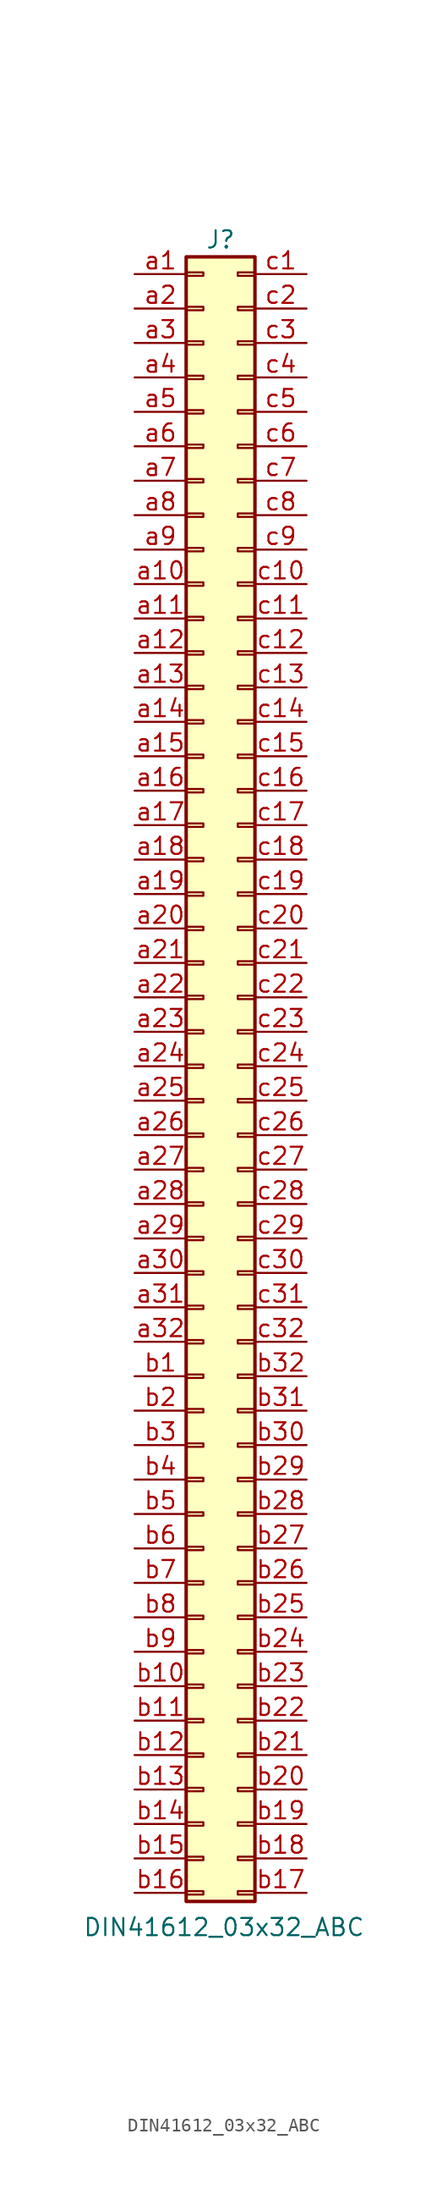
<source format=kicad_sym>
(kicad_symbol_lib
  (version 20231120)
  (generator "kicad_symbol_editor")
  (generator_version "8.0")
  (symbol "DIN41612_03x32_ABC"
    (pin_names
      (offset 1.016) hide)
    (property "Reference" "J"
      (at 1.27 40.64 0)
      (effects (font (size 1.27 1.27))))
    (property "Value" "DIN41612_03x32_ABC"
      (at 1.524 -83.82 0)
      (effects (font (size 1.27 1.27))))
    (symbol "DIN41612_03x32_ABC_1_1"
      (rectangle (start -1.27 -81.153) (end 0 -81.407) (stroke (width 0.152) (type default)) (fill (type none)))
      (rectangle (start -1.27 -78.613) (end 0 -78.867) (stroke (width 0.152) (type default)) (fill (type none)))
      (rectangle (start -1.27 -76.073) (end 0 -76.327) (stroke (width 0.152) (type default)) (fill (type none)))
      (rectangle (start -1.27 -73.533) (end 0 -73.787) (stroke (width 0.152) (type default)) (fill (type none)))
      (rectangle (start -1.27 -70.993) (end 0 -71.247) (stroke (width 0.152) (type default)) (fill (type none)))
      (rectangle (start -1.27 -68.453) (end 0 -68.707) (stroke (width 0.152) (type default)) (fill (type none)))
      (rectangle (start -1.27 -65.913) (end 0 -66.167) (stroke (width 0.152) (type default)) (fill (type none)))
      (rectangle (start -1.27 -63.373) (end 0 -63.627) (stroke (width 0.152) (type default)) (fill (type none)))
      (rectangle (start -1.27 -60.833) (end 0 -61.087) (stroke (width 0.152) (type default)) (fill (type none)))
      (rectangle (start -1.27 -58.293) (end 0 -58.547) (stroke (width 0.152) (type default)) (fill (type none)))
      (rectangle (start -1.27 -55.753) (end 0 -56.007) (stroke (width 0.152) (type default)) (fill (type none)))
      (rectangle (start -1.27 -53.213) (end 0 -53.467) (stroke (width 0.152) (type default)) (fill (type none)))
      (rectangle (start -1.27 -50.673) (end 0 -50.927) (stroke (width 0.152) (type default)) (fill (type none)))
      (rectangle (start -1.27 -48.133) (end 0 -48.387) (stroke (width 0.152) (type default)) (fill (type none)))
      (rectangle (start -1.27 -45.593) (end 0 -45.847) (stroke (width 0.152) (type default)) (fill (type none)))
      (rectangle (start -1.27 -43.053) (end 0 -43.307) (stroke (width 0.152) (type default)) (fill (type none)))
      (rectangle (start -1.27 -40.513) (end 0 -40.767) (stroke (width 0.152) (type default)) (fill (type none)))
      (rectangle (start -1.27 -37.973) (end 0 -38.227) (stroke (width 0.152) (type default)) (fill (type none)))
      (rectangle (start -1.27 -35.433) (end 0 -35.687) (stroke (width 0.152) (type default)) (fill (type none)))
      (rectangle (start -1.27 -32.893) (end 0 -33.147) (stroke (width 0.152) (type default)) (fill (type none)))
      (rectangle (start -1.27 -30.353) (end 0 -30.607) (stroke (width 0.152) (type default)) (fill (type none)))
      (rectangle (start -1.27 -27.813) (end 0 -28.067) (stroke (width 0.152) (type default)) (fill (type none)))
      (rectangle (start -1.27 -25.273) (end 0 -25.527) (stroke (width 0.152) (type default)) (fill (type none)))
      (rectangle (start -1.27 -22.733) (end 0 -22.987) (stroke (width 0.152) (type default)) (fill (type none)))
      (rectangle (start -1.27 -20.193) (end 0 -20.447) (stroke (width 0.152) (type default)) (fill (type none)))
      (rectangle (start -1.27 -17.653) (end 0 -17.907) (stroke (width 0.152) (type default)) (fill (type none)))
      (rectangle (start -1.27 -15.113) (end 0 -15.367) (stroke (width 0.152) (type default)) (fill (type none)))
      (rectangle (start -1.27 -12.573) (end 0 -12.827) (stroke (width 0.152) (type default)) (fill (type none)))
      (rectangle (start -1.27 -10.033) (end 0 -10.287) (stroke (width 0.152) (type default)) (fill (type none)))
      (rectangle (start -1.27 -7.493) (end 0 -7.747) (stroke (width 0.152) (type default)) (fill (type none)))
      (rectangle (start -1.27 -4.953) (end 0 -5.207) (stroke (width 0.152) (type default)) (fill (type none)))
      (rectangle (start -1.27 -2.413) (end 0 -2.667) (stroke (width 0.152) (type default)) (fill (type none)))
      (rectangle (start -1.27 0.127) (end 0 -0.127) (stroke (width 0.152) (type default)) (fill (type none)))
      (rectangle (start -1.27 2.667) (end 0 2.413) (stroke (width 0.152) (type default)) (fill (type none)))
      (rectangle (start -1.27 5.207) (end 0 4.953) (stroke (width 0.152) (type default)) (fill (type none)))
      (rectangle (start -1.27 7.747) (end 0 7.493) (stroke (width 0.152) (type default)) (fill (type none)))
      (rectangle (start -1.27 10.287) (end 0 10.033) (stroke (width 0.152) (type default)) (fill (type none)))
      (rectangle (start -1.27 12.827) (end 0 12.573) (stroke (width 0.152) (type default)) (fill (type none)))
      (rectangle (start -1.27 15.367) (end 0 15.113) (stroke (width 0.152) (type default)) (fill (type none)))
      (rectangle (start -1.27 17.907) (end 0 17.653) (stroke (width 0.152) (type default)) (fill (type none)))
      (rectangle (start -1.27 20.447) (end 0 20.193) (stroke (width 0.152) (type default)) (fill (type none)))
      (rectangle (start -1.27 22.987) (end 0 22.733) (stroke (width 0.152) (type default)) (fill (type none)))
      (rectangle (start -1.27 25.527) (end 0 25.273) (stroke (width 0.152) (type default)) (fill (type none)))
      (rectangle (start -1.27 28.067) (end 0 27.813) (stroke (width 0.152) (type default)) (fill (type none)))
      (rectangle (start -1.27 30.607) (end 0 30.353) (stroke (width 0.152) (type default)) (fill (type none)))
      (rectangle (start -1.27 33.147) (end 0 32.893) (stroke (width 0.152) (type default)) (fill (type none)))
      (rectangle (start -1.27 35.687) (end 0 35.433) (stroke (width 0.152) (type default)) (fill (type none)))
      (rectangle (start -1.27 38.227) (end 0 37.973) (stroke (width 0.152) (type default)) (fill (type none)))
      (rectangle (start -1.27 39.37) (end 3.81 -81.915) (stroke (width 0.254) (type default)) (fill (type background)))
      (rectangle (start 3.81 -81.153) (end 2.54 -81.407) (stroke (width 0.152) (type default)) (fill (type none)))
      (rectangle (start 3.81 -78.613) (end 2.54 -78.867) (stroke (width 0.152) (type default)) (fill (type none)))
      (rectangle (start 3.81 -76.073) (end 2.54 -76.327) (stroke (width 0.152) (type default)) (fill (type none)))
      (rectangle (start 3.81 -73.533) (end 2.54 -73.787) (stroke (width 0.152) (type default)) (fill (type none)))
      (rectangle (start 3.81 -70.993) (end 2.54 -71.247) (stroke (width 0.152) (type default)) (fill (type none)))
      (rectangle (start 3.81 -68.453) (end 2.54 -68.707) (stroke (width 0.152) (type default)) (fill (type none)))
      (rectangle (start 3.81 -65.913) (end 2.54 -66.167) (stroke (width 0.152) (type default)) (fill (type none)))
      (rectangle (start 3.81 -63.373) (end 2.54 -63.627) (stroke (width 0.152) (type default)) (fill (type none)))
      (rectangle (start 3.81 -60.833) (end 2.54 -61.087) (stroke (width 0.152) (type default)) (fill (type none)))
      (rectangle (start 3.81 -58.293) (end 2.54 -58.547) (stroke (width 0.152) (type default)) (fill (type none)))
      (rectangle (start 3.81 -55.753) (end 2.54 -56.007) (stroke (width 0.152) (type default)) (fill (type none)))
      (rectangle (start 3.81 -53.213) (end 2.54 -53.467) (stroke (width 0.152) (type default)) (fill (type none)))
      (rectangle (start 3.81 -50.673) (end 2.54 -50.927) (stroke (width 0.152) (type default)) (fill (type none)))
      (rectangle (start 3.81 -48.133) (end 2.54 -48.387) (stroke (width 0.152) (type default)) (fill (type none)))
      (rectangle (start 3.81 -45.593) (end 2.54 -45.847) (stroke (width 0.152) (type default)) (fill (type none)))
      (rectangle (start 3.81 -43.053) (end 2.54 -43.307) (stroke (width 0.152) (type default)) (fill (type none)))
      (rectangle (start 3.81 -40.513) (end 2.54 -40.767) (stroke (width 0.152) (type default)) (fill (type none)))
      (rectangle (start 3.81 -37.973) (end 2.54 -38.227) (stroke (width 0.152) (type default)) (fill (type none)))
      (rectangle (start 3.81 -35.433) (end 2.54 -35.687) (stroke (width 0.152) (type default)) (fill (type none)))
      (rectangle (start 3.81 -32.893) (end 2.54 -33.147) (stroke (width 0.152) (type default)) (fill (type none)))
      (rectangle (start 3.81 -30.353) (end 2.54 -30.607) (stroke (width 0.152) (type default)) (fill (type none)))
      (rectangle (start 3.81 -27.813) (end 2.54 -28.067) (stroke (width 0.152) (type default)) (fill (type none)))
      (rectangle (start 3.81 -25.273) (end 2.54 -25.527) (stroke (width 0.152) (type default)) (fill (type none)))
      (rectangle (start 3.81 -22.733) (end 2.54 -22.987) (stroke (width 0.152) (type default)) (fill (type none)))
      (rectangle (start 3.81 -20.193) (end 2.54 -20.447) (stroke (width 0.152) (type default)) (fill (type none)))
      (rectangle (start 3.81 -17.653) (end 2.54 -17.907) (stroke (width 0.152) (type default)) (fill (type none)))
      (rectangle (start 3.81 -15.113) (end 2.54 -15.367) (stroke (width 0.152) (type default)) (fill (type none)))
      (rectangle (start 3.81 -12.573) (end 2.54 -12.827) (stroke (width 0.152) (type default)) (fill (type none)))
      (rectangle (start 3.81 -10.033) (end 2.54 -10.287) (stroke (width 0.152) (type default)) (fill (type none)))
      (rectangle (start 3.81 -7.493) (end 2.54 -7.747) (stroke (width 0.152) (type default)) (fill (type none)))
      (rectangle (start 3.81 -4.953) (end 2.54 -5.207) (stroke (width 0.152) (type default)) (fill (type none)))
      (rectangle (start 3.81 -2.413) (end 2.54 -2.667) (stroke (width 0.152) (type default)) (fill (type none)))
      (rectangle (start 3.81 0.127) (end 2.54 -0.127) (stroke (width 0.152) (type default)) (fill (type none)))
      (rectangle (start 3.81 2.667) (end 2.54 2.413) (stroke (width 0.152) (type default)) (fill (type none)))
      (rectangle (start 3.81 5.207) (end 2.54 4.953) (stroke (width 0.152) (type default)) (fill (type none)))
      (rectangle (start 3.81 7.747) (end 2.54 7.493) (stroke (width 0.152) (type default)) (fill (type none)))
      (rectangle (start 3.81 10.287) (end 2.54 10.033) (stroke (width 0.152) (type default)) (fill (type none)))
      (rectangle (start 3.81 12.827) (end 2.54 12.573) (stroke (width 0.152) (type default)) (fill (type none)))
      (rectangle (start 3.81 15.367) (end 2.54 15.113) (stroke (width 0.152) (type default)) (fill (type none)))
      (rectangle (start 3.81 17.907) (end 2.54 17.653) (stroke (width 0.152) (type default)) (fill (type none)))
      (rectangle (start 3.81 20.447) (end 2.54 20.193) (stroke (width 0.152) (type default)) (fill (type none)))
      (rectangle (start 3.81 22.987) (end 2.54 22.733) (stroke (width 0.152) (type default)) (fill (type none)))
      (rectangle (start 3.81 25.527) (end 2.54 25.273) (stroke (width 0.152) (type default)) (fill (type none)))
      (rectangle (start 3.81 28.067) (end 2.54 27.813) (stroke (width 0.152) (type default)) (fill (type none)))
      (rectangle (start 3.81 30.607) (end 2.54 30.353) (stroke (width 0.152) (type default)) (fill (type none)))
      (rectangle (start 3.81 33.147) (end 2.54 32.893) (stroke (width 0.152) (type default)) (fill (type none)))
      (rectangle (start 3.81 35.687) (end 2.54 35.433) (stroke (width 0.152) (type default)) (fill (type none)))
      (rectangle (start 3.81 38.227) (end 2.54 37.973) (stroke (width 0.152) (type default)) (fill (type none)))
      (pin passive line (at -5.08 38.1 0) (length 3.81) (name "Pin_a1" (effects (font (size 1.27 1.27)))) (number "a1" (effects (font (size 1.27 1.27)))))
      (pin passive line (at -5.08 15.24 0) (length 3.81) (name "Pin_a10" (effects (font (size 1.27 1.27)))) (number "a10" (effects (font (size 1.27 1.27)))))
      (pin passive line (at -5.08 12.7 0) (length 3.81) (name "Pin_a11" (effects (font (size 1.27 1.27)))) (number "a11" (effects (font (size 1.27 1.27)))))
      (pin passive line (at -5.08 10.16 0) (length 3.81) (name "Pin_a12" (effects (font (size 1.27 1.27)))) (number "a12" (effects (font (size 1.27 1.27)))))
      (pin passive line (at -5.08 7.62 0) (length 3.81) (name "Pin_a13" (effects (font (size 1.27 1.27)))) (number "a13" (effects (font (size 1.27 1.27)))))
      (pin passive line (at -5.08 5.08 0) (length 3.81) (name "Pin_a14" (effects (font (size 1.27 1.27)))) (number "a14" (effects (font (size 1.27 1.27)))))
      (pin passive line (at -5.08 2.54 0) (length 3.81) (name "Pin_a15" (effects (font (size 1.27 1.27)))) (number "a15" (effects (font (size 1.27 1.27)))))
      (pin passive line (at -5.08 0 0) (length 3.81) (name "Pin_a16" (effects (font (size 1.27 1.27)))) (number "a16" (effects (font (size 1.27 1.27)))))
      (pin passive line (at -5.08 -2.54 0) (length 3.81) (name "Pin_a17" (effects (font (size 1.27 1.27)))) (number "a17" (effects (font (size 1.27 1.27)))))
      (pin passive line (at -5.08 -5.08 0) (length 3.81) (name "Pin_a18" (effects (font (size 1.27 1.27)))) (number "a18" (effects (font (size 1.27 1.27)))))
      (pin passive line (at -5.08 -7.62 0) (length 3.81) (name "Pin_a19" (effects (font (size 1.27 1.27)))) (number "a19" (effects (font (size 1.27 1.27)))))
      (pin passive line (at -5.08 35.56 0) (length 3.81) (name "Pin_a2" (effects (font (size 1.27 1.27)))) (number "a2" (effects (font (size 1.27 1.27)))))
      (pin passive line (at -5.08 -10.16 0) (length 3.81) (name "Pin_a20" (effects (font (size 1.27 1.27)))) (number "a20" (effects (font (size 1.27 1.27)))))
      (pin passive line (at -5.08 -12.7 0) (length 3.81) (name "Pin_a21" (effects (font (size 1.27 1.27)))) (number "a21" (effects (font (size 1.27 1.27)))))
      (pin passive line (at -5.08 -15.24 0) (length 3.81) (name "Pin_a22" (effects (font (size 1.27 1.27)))) (number "a22" (effects (font (size 1.27 1.27)))))
      (pin passive line (at -5.08 -17.78 0) (length 3.81) (name "Pin_a23" (effects (font (size 1.27 1.27)))) (number "a23" (effects (font (size 1.27 1.27)))))
      (pin passive line (at -5.08 -20.32 0) (length 3.81) (name "Pin_a24" (effects (font (size 1.27 1.27)))) (number "a24" (effects (font (size 1.27 1.27)))))
      (pin passive line (at -5.08 -22.86 0) (length 3.81) (name "Pin_a25" (effects (font (size 1.27 1.27)))) (number "a25" (effects (font (size 1.27 1.27)))))
      (pin passive line (at -5.08 -25.4 0) (length 3.81) (name "Pin_a26" (effects (font (size 1.27 1.27)))) (number "a26" (effects (font (size 1.27 1.27)))))
      (pin passive line (at -5.08 -27.94 0) (length 3.81) (name "Pin_a27" (effects (font (size 1.27 1.27)))) (number "a27" (effects (font (size 1.27 1.27)))))
      (pin passive line (at -5.08 -30.48 0) (length 3.81) (name "Pin_a28" (effects (font (size 1.27 1.27)))) (number "a28" (effects (font (size 1.27 1.27)))))
      (pin passive line (at -5.08 -33.02 0) (length 3.81) (name "Pin_a29" (effects (font (size 1.27 1.27)))) (number "a29" (effects (font (size 1.27 1.27)))))
      (pin passive line (at -5.08 33.02 0) (length 3.81) (name "Pin_a3" (effects (font (size 1.27 1.27)))) (number "a3" (effects (font (size 1.27 1.27)))))
      (pin passive line (at -5.08 -35.56 0) (length 3.81) (name "Pin_a30" (effects (font (size 1.27 1.27)))) (number "a30" (effects (font (size 1.27 1.27)))))
      (pin passive line (at -5.08 -38.1 0) (length 3.81) (name "Pin_a31" (effects (font (size 1.27 1.27)))) (number "a31" (effects (font (size 1.27 1.27)))))
      (pin passive line (at -5.08 -40.64 0) (length 3.81) (name "Pin_a32" (effects (font (size 1.27 1.27)))) (number "a32" (effects (font (size 1.27 1.27)))))
      (pin passive line (at -5.08 30.48 0) (length 3.81) (name "Pin_a4" (effects (font (size 1.27 1.27)))) (number "a4" (effects (font (size 1.27 1.27)))))
      (pin passive line (at -5.08 27.94 0) (length 3.81) (name "Pin_a5" (effects (font (size 1.27 1.27)))) (number "a5" (effects (font (size 1.27 1.27)))))
      (pin passive line (at -5.08 25.4 0) (length 3.81) (name "Pin_a6" (effects (font (size 1.27 1.27)))) (number "a6" (effects (font (size 1.27 1.27)))))
      (pin passive line (at -5.08 22.86 0) (length 3.81) (name "Pin_a7" (effects (font (size 1.27 1.27)))) (number "a7" (effects (font (size 1.27 1.27)))))
      (pin passive line (at -5.08 20.32 0) (length 3.81) (name "Pin_a8" (effects (font (size 1.27 1.27)))) (number "a8" (effects (font (size 1.27 1.27)))))
      (pin passive line (at -5.08 17.78 0) (length 3.81) (name "Pin_a9" (effects (font (size 1.27 1.27)))) (number "a9" (effects (font (size 1.27 1.27)))))
      (pin passive line (at -5.08 -43.18 0) (length 3.81) (name "Pin_b1" (effects (font (size 1.27 1.27)))) (number "b1" (effects (font (size 1.27 1.27)))))
      (pin passive line (at -5.08 -66.04 0) (length 3.81) (name "Pin_b10" (effects (font (size 1.27 1.27)))) (number "b10" (effects (font (size 1.27 1.27)))))
      (pin passive line (at -5.08 -68.58 0) (length 3.81) (name "Pin_b11" (effects (font (size 1.27 1.27)))) (number "b11" (effects (font (size 1.27 1.27)))))
      (pin passive line (at -5.08 -71.12 0) (length 3.81) (name "Pin_b12" (effects (font (size 1.27 1.27)))) (number "b12" (effects (font (size 1.27 1.27)))))
      (pin passive line (at -5.08 -73.66 0) (length 3.81) (name "Pin_b13" (effects (font (size 1.27 1.27)))) (number "b13" (effects (font (size 1.27 1.27)))))
      (pin passive line (at -5.08 -76.2 0) (length 3.81) (name "Pin_b14" (effects (font (size 1.27 1.27)))) (number "b14" (effects (font (size 1.27 1.27)))))
      (pin passive line (at -5.08 -78.74 0) (length 3.81) (name "Pin_b15" (effects (font (size 1.27 1.27)))) (number "b15" (effects (font (size 1.27 1.27)))))
      (pin passive line (at -5.08 -81.28 0) (length 3.81) (name "Pin_b16" (effects (font (size 1.27 1.27)))) (number "b16" (effects (font (size 1.27 1.27)))))
      (pin passive line (at 7.62 -81.28 180) (length 3.81) (name "Pin_b17" (effects (font (size 1.27 1.27)))) (number "b17" (effects (font (size 1.27 1.27)))))
      (pin passive line (at 7.62 -78.74 180) (length 3.81) (name "Pin_b18" (effects (font (size 1.27 1.27)))) (number "b18" (effects (font (size 1.27 1.27)))))
      (pin passive line (at 7.62 -76.2 180) (length 3.81) (name "Pin_b19" (effects (font (size 1.27 1.27)))) (number "b19" (effects (font (size 1.27 1.27)))))
      (pin passive line (at -5.08 -45.72 0) (length 3.81) (name "Pin_b2" (effects (font (size 1.27 1.27)))) (number "b2" (effects (font (size 1.27 1.27)))))
      (pin passive line (at 7.62 -73.66 180) (length 3.81) (name "Pin_b20" (effects (font (size 1.27 1.27)))) (number "b20" (effects (font (size 1.27 1.27)))))
      (pin passive line (at 7.62 -71.12 180) (length 3.81) (name "Pin_b21" (effects (font (size 1.27 1.27)))) (number "b21" (effects (font (size 1.27 1.27)))))
      (pin passive line (at 7.62 -68.58 180) (length 3.81) (name "Pin_b22" (effects (font (size 1.27 1.27)))) (number "b22" (effects (font (size 1.27 1.27)))))
      (pin passive line (at 7.62 -66.04 180) (length 3.81) (name "Pin_b23" (effects (font (size 1.27 1.27)))) (number "b23" (effects (font (size 1.27 1.27)))))
      (pin passive line (at 7.62 -63.5 180) (length 3.81) (name "Pin_b24" (effects (font (size 1.27 1.27)))) (number "b24" (effects (font (size 1.27 1.27)))))
      (pin passive line (at 7.62 -60.96 180) (length 3.81) (name "Pin_b25" (effects (font (size 1.27 1.27)))) (number "b25" (effects (font (size 1.27 1.27)))))
      (pin passive line (at 7.62 -58.42 180) (length 3.81) (name "Pin_b26" (effects (font (size 1.27 1.27)))) (number "b26" (effects (font (size 1.27 1.27)))))
      (pin passive line (at 7.62 -55.88 180) (length 3.81) (name "Pin_b27" (effects (font (size 1.27 1.27)))) (number "b27" (effects (font (size 1.27 1.27)))))
      (pin passive line (at 7.62 -53.34 180) (length 3.81) (name "Pin_b28" (effects (font (size 1.27 1.27)))) (number "b28" (effects (font (size 1.27 1.27)))))
      (pin passive line (at 7.62 -50.8 180) (length 3.81) (name "Pin_b29" (effects (font (size 1.27 1.27)))) (number "b29" (effects (font (size 1.27 1.27)))))
      (pin passive line (at -5.08 -48.26 0) (length 3.81) (name "Pin_b3" (effects (font (size 1.27 1.27)))) (number "b3" (effects (font (size 1.27 1.27)))))
      (pin passive line (at 7.62 -48.26 180) (length 3.81) (name "Pin_b30" (effects (font (size 1.27 1.27)))) (number "b30" (effects (font (size 1.27 1.27)))))
      (pin passive line (at 7.62 -45.72 180) (length 3.81) (name "Pin_b31" (effects (font (size 1.27 1.27)))) (number "b31" (effects (font (size 1.27 1.27)))))
      (pin passive line (at 7.62 -43.18 180) (length 3.81) (name "Pin_b32" (effects (font (size 1.27 1.27)))) (number "b32" (effects (font (size 1.27 1.27)))))
      (pin passive line (at -5.08 -50.8 0) (length 3.81) (name "Pin_b4" (effects (font (size 1.27 1.27)))) (number "b4" (effects (font (size 1.27 1.27)))))
      (pin passive line (at -5.08 -53.34 0) (length 3.81) (name "Pin_b5" (effects (font (size 1.27 1.27)))) (number "b5" (effects (font (size 1.27 1.27)))))
      (pin passive line (at -5.08 -55.88 0) (length 3.81) (name "Pin_b6" (effects (font (size 1.27 1.27)))) (number "b6" (effects (font (size 1.27 1.27)))))
      (pin passive line (at -5.08 -58.42 0) (length 3.81) (name "Pin_b7" (effects (font (size 1.27 1.27)))) (number "b7" (effects (font (size 1.27 1.27)))))
      (pin passive line (at -5.08 -60.96 0) (length 3.81) (name "Pin_b8" (effects (font (size 1.27 1.27)))) (number "b8" (effects (font (size 1.27 1.27)))))
      (pin passive line (at -5.08 -63.5 0) (length 3.81) (name "Pin_b9" (effects (font (size 1.27 1.27)))) (number "b9" (effects (font (size 1.27 1.27)))))
      (pin passive line (at 7.62 38.1 180) (length 3.81) (name "Pin_c1" (effects (font (size 1.27 1.27)))) (number "c1" (effects (font (size 1.27 1.27)))))
      (pin passive line (at 7.62 15.24 180) (length 3.81) (name "Pin_c10" (effects (font (size 1.27 1.27)))) (number "c10" (effects (font (size 1.27 1.27)))))
      (pin passive line (at 7.62 12.7 180) (length 3.81) (name "Pin_c11" (effects (font (size 1.27 1.27)))) (number "c11" (effects (font (size 1.27 1.27)))))
      (pin passive line (at 7.62 10.16 180) (length 3.81) (name "Pin_c12" (effects (font (size 1.27 1.27)))) (number "c12" (effects (font (size 1.27 1.27)))))
      (pin passive line (at 7.62 7.62 180) (length 3.81) (name "Pin_c13" (effects (font (size 1.27 1.27)))) (number "c13" (effects (font (size 1.27 1.27)))))
      (pin passive line (at 7.62 5.08 180) (length 3.81) (name "Pin_c14" (effects (font (size 1.27 1.27)))) (number "c14" (effects (font (size 1.27 1.27)))))
      (pin passive line (at 7.62 2.54 180) (length 3.81) (name "Pin_c15" (effects (font (size 1.27 1.27)))) (number "c15" (effects (font (size 1.27 1.27)))))
      (pin passive line (at 7.62 0 180) (length 3.81) (name "Pin_c16" (effects (font (size 1.27 1.27)))) (number "c16" (effects (font (size 1.27 1.27)))))
      (pin passive line (at 7.62 -2.54 180) (length 3.81) (name "Pin_c17" (effects (font (size 1.27 1.27)))) (number "c17" (effects (font (size 1.27 1.27)))))
      (pin passive line (at 7.62 -5.08 180) (length 3.81) (name "Pin_c18" (effects (font (size 1.27 1.27)))) (number "c18" (effects (font (size 1.27 1.27)))))
      (pin passive line (at 7.62 -7.62 180) (length 3.81) (name "Pin_c19" (effects (font (size 1.27 1.27)))) (number "c19" (effects (font (size 1.27 1.27)))))
      (pin passive line (at 7.62 35.56 180) (length 3.81) (name "Pin_c2" (effects (font (size 1.27 1.27)))) (number "c2" (effects (font (size 1.27 1.27)))))
      (pin passive line (at 7.62 -10.16 180) (length 3.81) (name "Pin_c20" (effects (font (size 1.27 1.27)))) (number "c20" (effects (font (size 1.27 1.27)))))
      (pin passive line (at 7.62 -12.7 180) (length 3.81) (name "Pin_c21" (effects (font (size 1.27 1.27)))) (number "c21" (effects (font (size 1.27 1.27)))))
      (pin passive line (at 7.62 -15.24 180) (length 3.81) (name "Pin_c22" (effects (font (size 1.27 1.27)))) (number "c22" (effects (font (size 1.27 1.27)))))
      (pin passive line (at 7.62 -17.78 180) (length 3.81) (name "Pin_c23" (effects (font (size 1.27 1.27)))) (number "c23" (effects (font (size 1.27 1.27)))))
      (pin passive line (at 7.62 -20.32 180) (length 3.81) (name "Pin_c24" (effects (font (size 1.27 1.27)))) (number "c24" (effects (font (size 1.27 1.27)))))
      (pin passive line (at 7.62 -22.86 180) (length 3.81) (name "Pin_c25" (effects (font (size 1.27 1.27)))) (number "c25" (effects (font (size 1.27 1.27)))))
      (pin passive line (at 7.62 -25.4 180) (length 3.81) (name "Pin_c26" (effects (font (size 1.27 1.27)))) (number "c26" (effects (font (size 1.27 1.27)))))
      (pin passive line (at 7.62 -27.94 180) (length 3.81) (name "Pin_c27" (effects (font (size 1.27 1.27)))) (number "c27" (effects (font (size 1.27 1.27)))))
      (pin passive line (at 7.62 -30.48 180) (length 3.81) (name "Pin_c28" (effects (font (size 1.27 1.27)))) (number "c28" (effects (font (size 1.27 1.27)))))
      (pin passive line (at 7.62 -33.02 180) (length 3.81) (name "Pin_c29" (effects (font (size 1.27 1.27)))) (number "c29" (effects (font (size 1.27 1.27)))))
      (pin passive line (at 7.62 33.02 180) (length 3.81) (name "Pin_c3" (effects (font (size 1.27 1.27)))) (number "c3" (effects (font (size 1.27 1.27)))))
      (pin passive line (at 7.62 -35.56 180) (length 3.81) (name "Pin_c30" (effects (font (size 1.27 1.27)))) (number "c30" (effects (font (size 1.27 1.27)))))
      (pin passive line (at 7.62 -38.1 180) (length 3.81) (name "Pin_c31" (effects (font (size 1.27 1.27)))) (number "c31" (effects (font (size 1.27 1.27)))))
      (pin passive line (at 7.62 -40.64 180) (length 3.81) (name "Pin_c32" (effects (font (size 1.27 1.27)))) (number "c32" (effects (font (size 1.27 1.27)))))
      (pin passive line (at 7.62 30.48 180) (length 3.81) (name "Pin_c4" (effects (font (size 1.27 1.27)))) (number "c4" (effects (font (size 1.27 1.27)))))
      (pin passive line (at 7.62 27.94 180) (length 3.81) (name "Pin_c5" (effects (font (size 1.27 1.27)))) (number "c5" (effects (font (size 1.27 1.27)))))
      (pin passive line (at 7.62 25.4 180) (length 3.81) (name "Pin_c6" (effects (font (size 1.27 1.27)))) (number "c6" (effects (font (size 1.27 1.27)))))
      (pin passive line (at 7.62 22.86 180) (length 3.81) (name "Pin_c7" (effects (font (size 1.27 1.27)))) (number "c7" (effects (font (size 1.27 1.27)))))
      (pin passive line (at 7.62 20.32 180) (length 3.81) (name "Pin_c8" (effects (font (size 1.27 1.27)))) (number "c8" (effects (font (size 1.27 1.27)))))
      (pin passive line (at 7.62 17.78 180) (length 3.81) (name "Pin_c9" (effects (font (size 1.27 1.27)))) (number "c9" (effects (font (size 1.27 1.27))))))))
</source>
